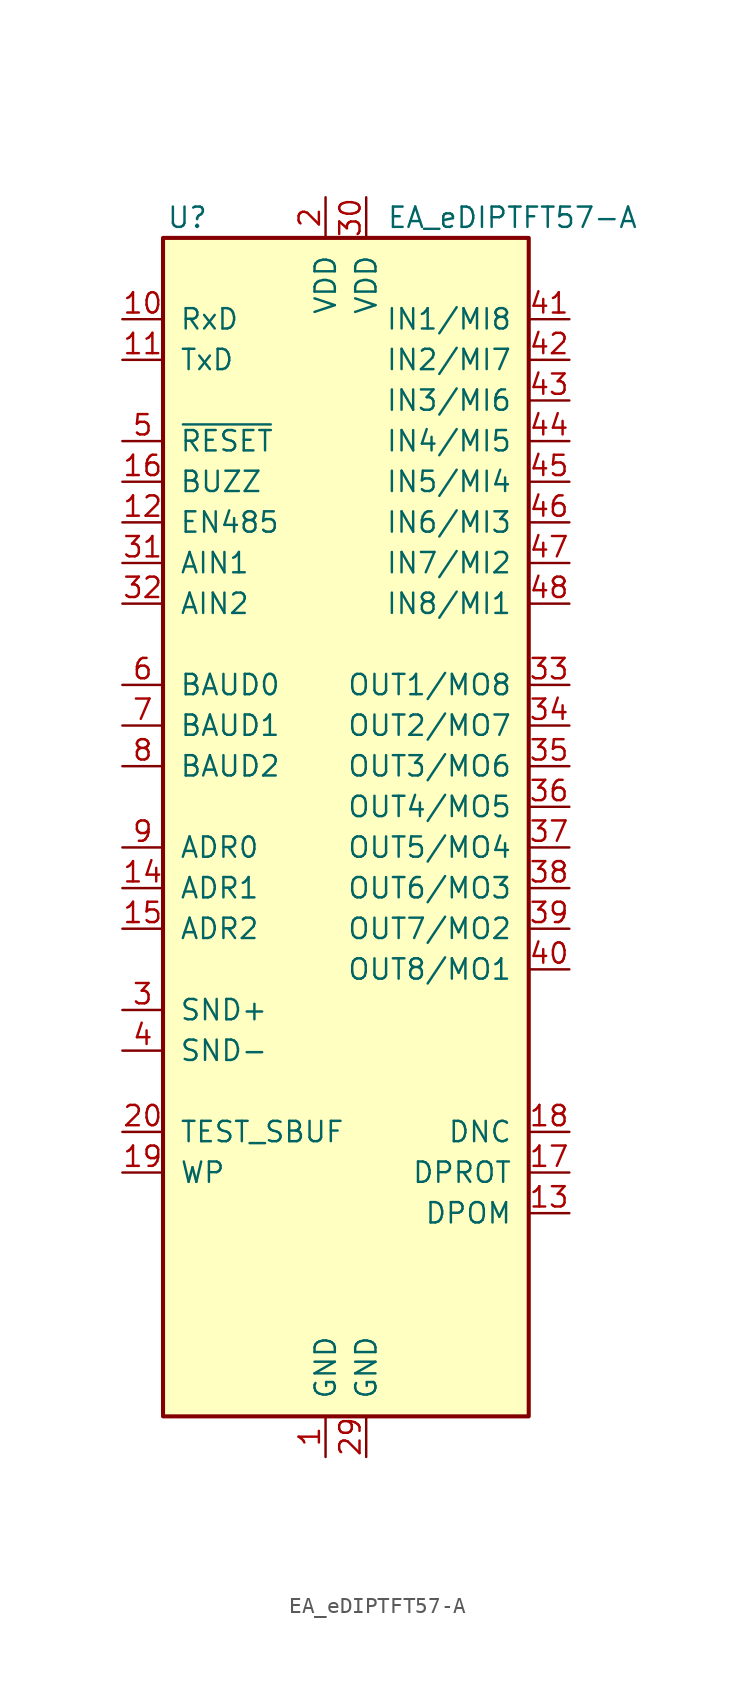
<source format=kicad_sym>
(kicad_symbol_lib
  (version 20201005)
  (generator kicad_symbol_editor)
  (symbol "Display_Graphic:EA_eDIPTFT57-A"
    (pin_names
      (offset 1.016))
    (property "Reference" "U"
      (at -8.636 36.83 0)
      (effects (font (size 1.27 1.27))))
    (property "Value" "EA_eDIPTFT57-A"
      (at 3.81 36.83 0)
      (effects (font (size 1.27 1.27)) (justify left)))
    (symbol "EA_eDIPTFT57-A_0_1"
      (rectangle (start -10.16 35.56) (end 12.7 -38.1) (stroke (width 0.254)) (fill (type background))))
    (symbol "EA_eDIPTFT57-A_1_1"
      (pin power_in line (at 0 -40.64 90) (length 2.54) (name "GND" (effects (font (size 1.27 1.27)))) (number "1" (effects (font (size 1.27 1.27)))))
      (pin input line (at -12.7 30.48 0) (length 2.54) (name "RxD" (effects (font (size 1.27 1.27)))) (number "10" (effects (font (size 1.27 1.27)))))
      (pin output line (at -12.7 27.94 0) (length 2.54) (name "TxD" (effects (font (size 1.27 1.27)))) (number "11" (effects (font (size 1.27 1.27)))))
      (pin output line (at -12.7 17.78 0) (length 2.54) (name "EN485" (effects (font (size 1.27 1.27)))) (number "12" (effects (font (size 1.27 1.27)))))
      (pin input line (at 15.24 -25.4 180) (length 2.54) (name "DPOM" (effects (font (size 1.27 1.27)))) (number "13" (effects (font (size 1.27 1.27)))))
      (pin input line (at -12.7 -5.08 0) (length 2.54) (name "ADR1" (effects (font (size 1.27 1.27)))) (number "14" (effects (font (size 1.27 1.27)))))
      (pin input line (at -12.7 -7.62 0) (length 2.54) (name "ADR2" (effects (font (size 1.27 1.27)))) (number "15" (effects (font (size 1.27 1.27)))))
      (pin output line (at -12.7 20.32 0) (length 2.54) (name "BUZZ" (effects (font (size 1.27 1.27)))) (number "16" (effects (font (size 1.27 1.27)))))
      (pin input line (at 15.24 -22.86 180) (length 2.54) (name "DPROT" (effects (font (size 1.27 1.27)))) (number "17" (effects (font (size 1.27 1.27)))))
      (pin output line (at 15.24 -20.32 180) (length 2.54) (name "DNC" (effects (font (size 1.27 1.27)))) (number "18" (effects (font (size 1.27 1.27)))))
      (pin input line (at -12.7 -22.86 0) (length 2.54) (name "WP" (effects (font (size 1.27 1.27)))) (number "19" (effects (font (size 1.27 1.27)))))
      (pin power_in line (at 0 38.1 270) (length 2.54) (name "VDD" (effects (font (size 1.27 1.27)))) (number "2" (effects (font (size 1.27 1.27)))))
      (pin bidirectional line (at -12.7 -20.32 0) (length 2.54) (name "TEST_SBUF" (effects (font (size 1.27 1.27)))) (number "20" (effects (font (size 1.27 1.27)))))
      (pin no_connect line (at -10.16 -27.94 0) (length 2.54) hide (name "NC" (effects (font (size 1.27 1.27)))) (number "21" (effects (font (size 1.27 1.27)))))
      (pin no_connect line (at -10.16 -30.48 0) (length 2.54) hide (name "NC" (effects (font (size 1.27 1.27)))) (number "22" (effects (font (size 1.27 1.27)))))
      (pin no_connect line (at -10.16 -33.02 0) (length 2.54) hide (name "NC" (effects (font (size 1.27 1.27)))) (number "23" (effects (font (size 1.27 1.27)))))
      (pin no_connect line (at -10.16 -35.56 0) (length 2.54) hide (name "NC" (effects (font (size 1.27 1.27)))) (number "24" (effects (font (size 1.27 1.27)))))
      (pin no_connect line (at 12.7 -35.56 180) (length 2.54) hide (name "NC" (effects (font (size 1.27 1.27)))) (number "25" (effects (font (size 1.27 1.27)))))
      (pin no_connect line (at 12.7 -33.02 180) (length 2.54) hide (name "NC" (effects (font (size 1.27 1.27)))) (number "26" (effects (font (size 1.27 1.27)))))
      (pin no_connect line (at 12.7 -30.48 180) (length 2.54) hide (name "NC" (effects (font (size 1.27 1.27)))) (number "27" (effects (font (size 1.27 1.27)))))
      (pin no_connect line (at 12.7 -27.94 180) (length 2.54) hide (name "NC" (effects (font (size 1.27 1.27)))) (number "28" (effects (font (size 1.27 1.27)))))
      (pin power_in line (at 2.54 -40.64 90) (length 2.54) (name "GND" (effects (font (size 1.27 1.27)))) (number "29" (effects (font (size 1.27 1.27)))))
      (pin output line (at -12.7 -12.7 0) (length 2.54) (name "SND+" (effects (font (size 1.27 1.27)))) (number "3" (effects (font (size 1.27 1.27)))))
      (pin power_in line (at 2.54 38.1 270) (length 2.54) (name "VDD" (effects (font (size 1.27 1.27)))) (number "30" (effects (font (size 1.27 1.27)))))
      (pin input line (at -12.7 15.24 0) (length 2.54) (name "AIN1" (effects (font (size 1.27 1.27)))) (number "31" (effects (font (size 1.27 1.27)))))
      (pin input line (at -12.7 12.7 0) (length 2.54) (name "AIN2" (effects (font (size 1.27 1.27)))) (number "32" (effects (font (size 1.27 1.27)))))
      (pin output line (at 15.24 7.62 180) (length 2.54) (name "OUT1/MO8" (effects (font (size 1.27 1.27)))) (number "33" (effects (font (size 1.27 1.27)))))
      (pin output line (at 15.24 5.08 180) (length 2.54) (name "OUT2/MO7" (effects (font (size 1.27 1.27)))) (number "34" (effects (font (size 1.27 1.27)))))
      (pin output line (at 15.24 2.54 180) (length 2.54) (name "OUT3/MO6" (effects (font (size 1.27 1.27)))) (number "35" (effects (font (size 1.27 1.27)))))
      (pin output line (at 15.24 0 180) (length 2.54) (name "OUT4/MO5" (effects (font (size 1.27 1.27)))) (number "36" (effects (font (size 1.27 1.27)))))
      (pin output line (at 15.24 -2.54 180) (length 2.54) (name "OUT5/MO4" (effects (font (size 1.27 1.27)))) (number "37" (effects (font (size 1.27 1.27)))))
      (pin output line (at 15.24 -5.08 180) (length 2.54) (name "OUT6/MO3" (effects (font (size 1.27 1.27)))) (number "38" (effects (font (size 1.27 1.27)))))
      (pin output line (at 15.24 -7.62 180) (length 2.54) (name "OUT7/MO2" (effects (font (size 1.27 1.27)))) (number "39" (effects (font (size 1.27 1.27)))))
      (pin input line (at -12.7 -15.24 0) (length 2.54) (name "SND-" (effects (font (size 1.27 1.27)))) (number "4" (effects (font (size 1.27 1.27)))))
      (pin output line (at 15.24 -10.16 180) (length 2.54) (name "OUT8/MO1" (effects (font (size 1.27 1.27)))) (number "40" (effects (font (size 1.27 1.27)))))
      (pin input line (at 15.24 30.48 180) (length 2.54) (name "IN1/MI8" (effects (font (size 1.27 1.27)))) (number "41" (effects (font (size 1.27 1.27)))))
      (pin input line (at 15.24 27.94 180) (length 2.54) (name "IN2/MI7" (effects (font (size 1.27 1.27)))) (number "42" (effects (font (size 1.27 1.27)))))
      (pin input line (at 15.24 25.4 180) (length 2.54) (name "IN3/MI6" (effects (font (size 1.27 1.27)))) (number "43" (effects (font (size 1.27 1.27)))))
      (pin input line (at 15.24 22.86 180) (length 2.54) (name "IN4/MI5" (effects (font (size 1.27 1.27)))) (number "44" (effects (font (size 1.27 1.27)))))
      (pin input line (at 15.24 20.32 180) (length 2.54) (name "IN5/MI4" (effects (font (size 1.27 1.27)))) (number "45" (effects (font (size 1.27 1.27)))))
      (pin input line (at 15.24 17.78 180) (length 2.54) (name "IN6/MI3" (effects (font (size 1.27 1.27)))) (number "46" (effects (font (size 1.27 1.27)))))
      (pin input line (at 15.24 15.24 180) (length 2.54) (name "IN7/MI2" (effects (font (size 1.27 1.27)))) (number "47" (effects (font (size 1.27 1.27)))))
      (pin input line (at 15.24 12.7 180) (length 2.54) (name "IN8/MI1" (effects (font (size 1.27 1.27)))) (number "48" (effects (font (size 1.27 1.27)))))
      (pin input line (at -12.7 22.86 0) (length 2.54) (name "~RESET" (effects (font (size 1.27 1.27)))) (number "5" (effects (font (size 1.27 1.27)))))
      (pin input line (at -12.7 7.62 0) (length 2.54) (name "BAUD0" (effects (font (size 1.27 1.27)))) (number "6" (effects (font (size 1.27 1.27)))))
      (pin input line (at -12.7 5.08 0) (length 2.54) (name "BAUD1" (effects (font (size 1.27 1.27)))) (number "7" (effects (font (size 1.27 1.27)))))
      (pin input line (at -12.7 2.54 0) (length 2.54) (name "BAUD2" (effects (font (size 1.27 1.27)))) (number "8" (effects (font (size 1.27 1.27)))))
      (pin input line (at -12.7 -2.54 0) (length 2.54) (name "ADR0" (effects (font (size 1.27 1.27)))) (number "9" (effects (font (size 1.27 1.27))))))))
</source>
